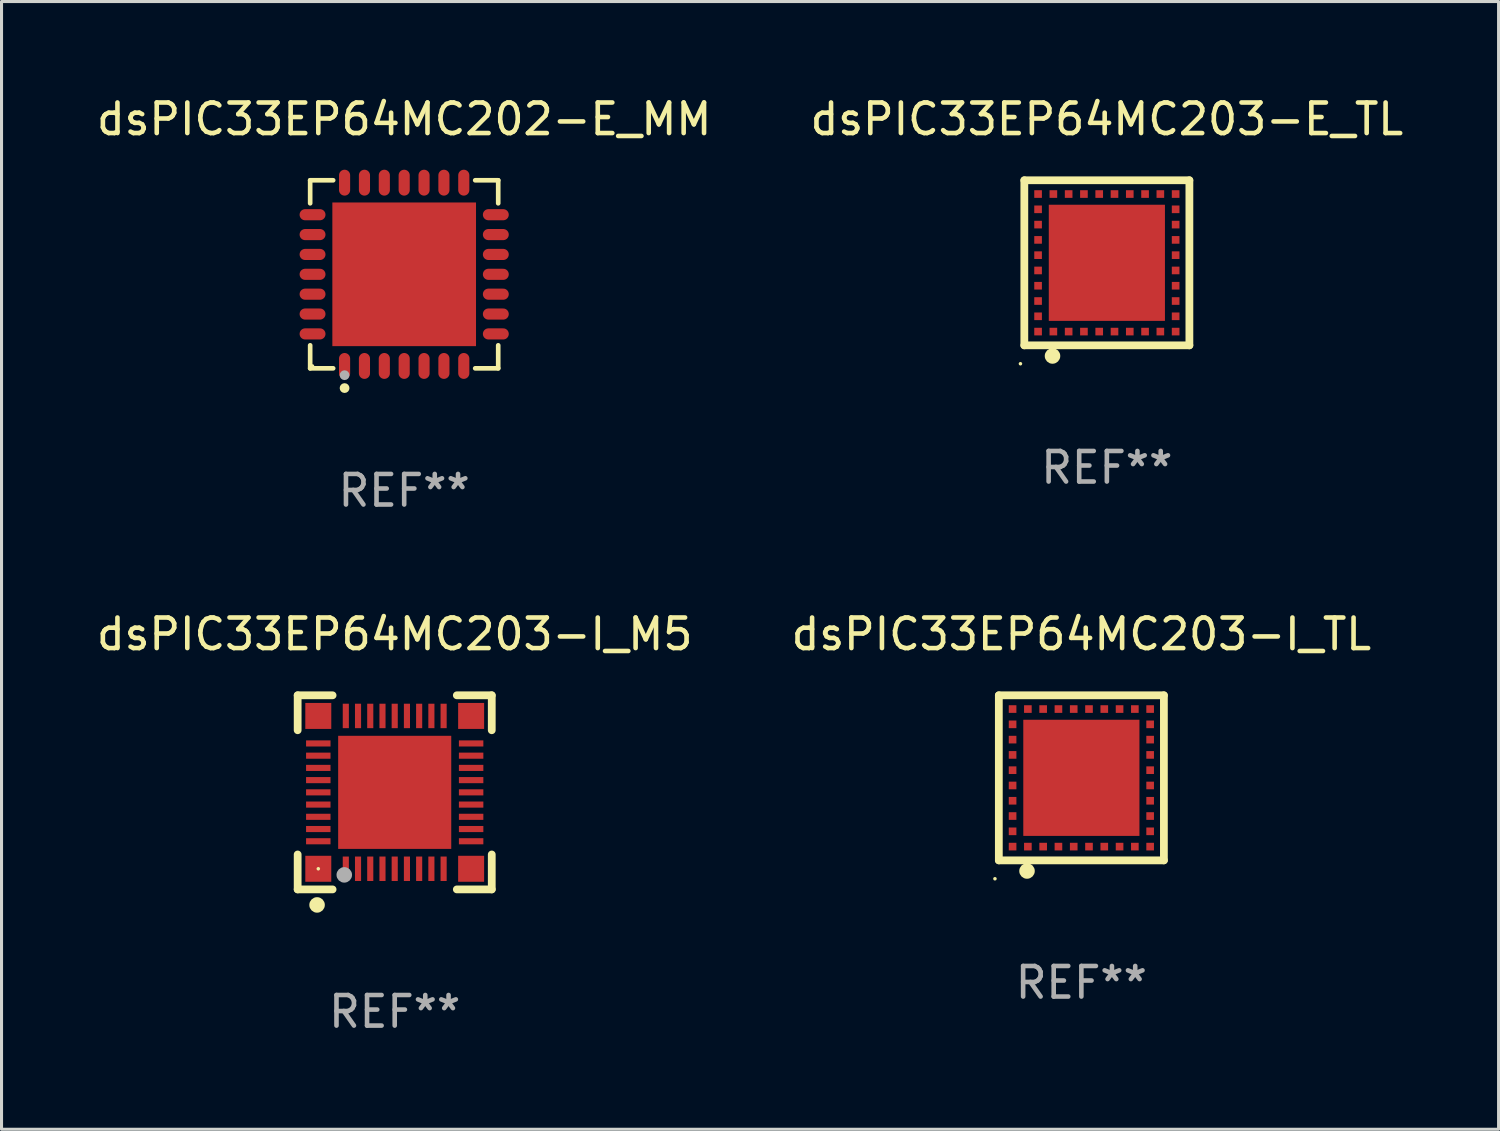
<source format=kicad_pcb>
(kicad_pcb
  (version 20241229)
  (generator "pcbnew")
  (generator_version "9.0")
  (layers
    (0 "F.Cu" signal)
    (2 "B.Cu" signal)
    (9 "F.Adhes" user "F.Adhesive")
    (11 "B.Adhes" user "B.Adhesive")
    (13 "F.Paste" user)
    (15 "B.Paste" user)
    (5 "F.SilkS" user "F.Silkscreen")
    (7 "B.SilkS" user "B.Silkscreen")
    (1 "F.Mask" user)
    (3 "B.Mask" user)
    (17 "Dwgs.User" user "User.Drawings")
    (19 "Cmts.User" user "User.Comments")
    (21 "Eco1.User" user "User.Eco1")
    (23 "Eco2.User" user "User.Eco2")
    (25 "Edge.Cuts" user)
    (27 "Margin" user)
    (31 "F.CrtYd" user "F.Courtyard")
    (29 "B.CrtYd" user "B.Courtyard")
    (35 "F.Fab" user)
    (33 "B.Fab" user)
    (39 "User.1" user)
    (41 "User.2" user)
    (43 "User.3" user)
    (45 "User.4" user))
  (footprint "dsPIC33EP64MC203-I_TL"
    (layer "F.Cu")
    (at 32.327 22.397)
    (property "Reference" "dsPIC33EP64MC203-I_TL" (at 0 -4.7 0) (layer "F.SilkS") (effects (font (size 1 1) (thickness 0.15))))
    (attr through_hole)
    (fp_line (start -2.7 -2.7) (end 2.7 -2.7) (stroke (width 0.254) (type solid)) (layer "F.SilkS"))
    (fp_line (start -2.7 2.7) (end -2.7 -2.7) (stroke (width 0.254) (type solid)) (layer "F.SilkS"))
    (fp_line (start 2.7 -2.7) (end 2.7 2.7) (stroke (width 0.254) (type solid)) (layer "F.SilkS"))
    (fp_line (start 2.7 2.7) (end -2.7 2.7) (stroke (width 0.254) (type solid)) (layer "F.SilkS"))
    (fp_circle (center -2.827 3.302) (end -2.797 3.302) (stroke (width 0.06) (type solid)) (fill no) (layer "F.SilkS"))
    (fp_circle (center -1.778 3.048) (end -1.651 3.048) (stroke (width 0.254) (type solid)) (fill no) (layer "F.SilkS"))
    (fp_text user "REF**" (at 0 6.7 0) (layer "F.Fab") (effects (font (size 1 1) (thickness 0.15))))
    (pad "1" smd rect (at -1.75 2.25) (size 0.25 0.25) (layers "F.Cu" "F.Mask" "F.Paste"))
    (pad "2" smd rect (at -1.25 2.25) (size 0.25 0.25) (layers "F.Cu" "F.Mask" "F.Paste"))
    (pad "3" smd rect (at -0.75 2.25) (size 0.25 0.25) (layers "F.Cu" "F.Mask" "F.Paste"))
    (pad "4" smd rect (at -0.25 2.25) (size 0.25 0.25) (layers "F.Cu" "F.Mask" "F.Paste"))
    (pad "5" smd rect (at 0.25 2.25) (size 0.25 0.25) (layers "F.Cu" "F.Mask" "F.Paste"))
    (pad "6" smd rect (at 0.75 2.25) (size 0.25 0.25) (layers "F.Cu" "F.Mask" "F.Paste"))
    (pad "7" smd rect (at 1.25 2.25) (size 0.25 0.25) (layers "F.Cu" "F.Mask" "F.Paste"))
    (pad "8" smd rect (at 1.75 2.25) (size 0.25 0.25) (layers "F.Cu" "F.Mask" "F.Paste"))
    (pad "9" smd rect (at 2.25 2.25) (size 0.25 0.25) (layers "F.Cu" "F.Mask" "F.Paste"))
    (pad "10" smd rect (at 2.25 1.75) (size 0.25 0.25) (layers "F.Cu" "F.Mask" "F.Paste"))
    (pad "11" smd rect (at 2.25 1.25) (size 0.25 0.25) (layers "F.Cu" "F.Mask" "F.Paste"))
    (pad "12" smd rect (at 2.25 0.75) (size 0.25 0.25) (layers "F.Cu" "F.Mask" "F.Paste"))
    (pad "13" smd rect (at 2.25 0.25) (size 0.25 0.25) (layers "F.Cu" "F.Mask" "F.Paste"))
    (pad "14" smd rect (at 2.25 -0.25) (size 0.25 0.25) (layers "F.Cu" "F.Mask" "F.Paste"))
    (pad "15" smd rect (at 2.25 -0.75) (size 0.25 0.25) (layers "F.Cu" "F.Mask" "F.Paste"))
    (pad "16" smd rect (at 2.25 -1.25) (size 0.25 0.25) (layers "F.Cu" "F.Mask" "F.Paste"))
    (pad "17" smd rect (at 2.25 -1.75) (size 0.25 0.25) (layers "F.Cu" "F.Mask" "F.Paste"))
    (pad "18" smd rect (at 2.25 -2.25) (size 0.25 0.25) (layers "F.Cu" "F.Mask" "F.Paste"))
    (pad "19" smd rect (at 1.75 -2.25) (size 0.25 0.25) (layers "F.Cu" "F.Mask" "F.Paste"))
    (pad "20" smd rect (at 1.25 -2.25) (size 0.25 0.25) (layers "F.Cu" "F.Mask" "F.Paste"))
    (pad "21" smd rect (at 0.75 -2.25) (size 0.25 0.25) (layers "F.Cu" "F.Mask" "F.Paste"))
    (pad "22" smd rect (at 0.25 -2.25) (size 0.25 0.25) (layers "F.Cu" "F.Mask" "F.Paste"))
    (pad "23" smd rect (at -0.25 -2.25) (size 0.25 0.25) (layers "F.Cu" "F.Mask" "F.Paste"))
    (pad "24" smd rect (at -0.75 -2.25) (size 0.25 0.25) (layers "F.Cu" "F.Mask" "F.Paste"))
    (pad "25" smd rect (at -1.25 -2.25) (size 0.25 0.25) (layers "F.Cu" "F.Mask" "F.Paste"))
    (pad "26" smd rect (at -1.75 -2.25) (size 0.25 0.25) (layers "F.Cu" "F.Mask" "F.Paste"))
    (pad "27" smd rect (at -2.25 -2.25) (size 0.25 0.25) (layers "F.Cu" "F.Mask" "F.Paste"))
    (pad "28" smd rect (at -2.25 -1.75) (size 0.25 0.25) (layers "F.Cu" "F.Mask" "F.Paste"))
    (pad "29" smd rect (at -2.25 -1.25) (size 0.25 0.25) (layers "F.Cu" "F.Mask" "F.Paste"))
    (pad "30" smd rect (at -2.25 -0.75) (size 0.25 0.25) (layers "F.Cu" "F.Mask" "F.Paste"))
    (pad "31" smd rect (at -2.25 -0.25) (size 0.25 0.25) (layers "F.Cu" "F.Mask" "F.Paste"))
    (pad "32" smd rect (at -2.25 0.25) (size 0.25 0.25) (layers "F.Cu" "F.Mask" "F.Paste"))
    (pad "33" smd rect (at -2.25 0.75) (size 0.25 0.25) (layers "F.Cu" "F.Mask" "F.Paste"))
    (pad "34" smd rect (at -2.25 1.25) (size 0.25 0.25) (layers "F.Cu" "F.Mask" "F.Paste"))
    (pad "35" smd rect (at -2.25 1.75) (size 0.25 0.25) (layers "F.Cu" "F.Mask" "F.Paste"))
    (pad "36" smd rect (at -2.25 2.25) (size 0.25 0.25) (layers "F.Cu" "F.Mask" "F.Paste"))
    (pad "37" smd rect (at 0.000127 -0.000076) (size 3.8 3.8) (layers "F.Cu" "F.Mask" "F.Paste")))
  (footprint "dsPIC33EP64MC203-I_M5"
    (layer "F.Cu")
    (at 9.863 22.872)
    (property "Reference" "dsPIC33EP64MC203-I_M5" (at 0 -5.175 0) (layer "F.SilkS") (effects (font (size 1 1) (thickness 0.15))))
    (attr through_hole)
    (fp_line (start -3.175 -3.175) (end -2.032 -3.175) (stroke (width 0.254) (type solid)) (layer "F.SilkS"))
    (fp_line (start -3.175 -2.032) (end -3.175 -3.175) (stroke (width 0.254) (type solid)) (layer "F.SilkS"))
    (fp_line (start -3.175 3.175) (end -3.175 2.032) (stroke (width 0.254) (type solid)) (layer "F.SilkS"))
    (fp_line (start -2.032 3.175) (end -3.175 3.175) (stroke (width 0.254) (type solid)) (layer "F.SilkS"))
    (fp_line (start 2.032 -3.175) (end 3.175 -3.175) (stroke (width 0.254) (type solid)) (layer "F.SilkS"))
    (fp_line (start 3.175 -3.175) (end 3.175 -2.032) (stroke (width 0.254) (type solid)) (layer "F.SilkS"))
    (fp_line (start 3.175 2.032) (end 3.175 3.175) (stroke (width 0.254) (type solid)) (layer "F.SilkS"))
    (fp_line (start 3.175 3.175) (end 2.032 3.175) (stroke (width 0.254) (type solid)) (layer "F.SilkS"))
    (fp_circle (center -2.54 3.683) (end -2.413 3.683) (stroke (width 0.254) (type solid)) (fill no) (layer "F.SilkS"))
    (fp_circle (center -2.5 2.5) (end -2.47 2.5) (stroke (width 0.06) (type solid)) (fill no) (layer "F.SilkS"))
    (fp_circle (center -1.65 2.7) (end -1.523 2.7) (stroke (width 0.254) (type solid)) (fill no) (layer "F.Fab"))
    (fp_text user "REF**" (at 0 7.175 0) (layer "F.Fab") (effects (font (size 1 1) (thickness 0.15))))
    (pad "1" smd rect (at -1.6 2.5) (size 0.2 0.8) (layers "F.Cu" "F.Mask" "F.Paste"))
    (pad "2" smd rect (at -1.2 2.5) (size 0.2 0.8) (layers "F.Cu" "F.Mask" "F.Paste"))
    (pad "3" smd rect (at -0.8 2.5) (size 0.2 0.8) (layers "F.Cu" "F.Mask" "F.Paste"))
    (pad "4" smd rect (at -0.4 2.5) (size 0.2 0.8) (layers "F.Cu" "F.Mask" "F.Paste"))
    (pad "5" smd rect (at -0.000051 2.5) (size 0.2 0.8) (layers "F.Cu" "F.Mask" "F.Paste"))
    (pad "6" smd rect (at 0.4 2.5) (size 0.2 0.8) (layers "F.Cu" "F.Mask" "F.Paste"))
    (pad "7" smd rect (at 0.8 2.5) (size 0.2 0.8) (layers "F.Cu" "F.Mask" "F.Paste"))
    (pad "8" smd rect (at 1.2 2.5) (size 0.2 0.8) (layers "F.Cu" "F.Mask" "F.Paste"))
    (pad "9" smd rect (at 1.6 2.5) (size 0.2 0.8) (layers "F.Cu" "F.Mask" "F.Paste"))
    (pad "10" smd rect (at 2.5 1.6 90) (size 0.2 0.8) (layers "F.Cu" "F.Mask" "F.Paste"))
    (pad "11" smd rect (at 2.5 1.2 90) (size 0.2 0.8) (layers "F.Cu" "F.Mask" "F.Paste"))
    (pad "12" smd rect (at 2.5 0.8 90) (size 0.2 0.8) (layers "F.Cu" "F.Mask" "F.Paste"))
    (pad "13" smd rect (at 2.5 0.4 90) (size 0.2 0.8) (layers "F.Cu" "F.Mask" "F.Paste"))
    (pad "14" smd rect (at 2.5 -0.000051 90) (size 0.2 0.8) (layers "F.Cu" "F.Mask" "F.Paste"))
    (pad "15" smd rect (at 2.5 -0.4 90) (size 0.2 0.8) (layers "F.Cu" "F.Mask" "F.Paste"))
    (pad "16" smd rect (at 2.5 -0.8 90) (size 0.2 0.8) (layers "F.Cu" "F.Mask" "F.Paste"))
    (pad "17" smd rect (at 2.5 -1.2 90) (size 0.2 0.8) (layers "F.Cu" "F.Mask" "F.Paste"))
    (pad "18" smd rect (at 2.5 -1.6 90) (size 0.2 0.8) (layers "F.Cu" "F.Mask" "F.Paste"))
    (pad "19" smd rect (at 1.6 -2.5 180) (size 0.2 0.8) (layers "F.Cu" "F.Mask" "F.Paste"))
    (pad "20" smd rect (at 1.2 -2.5 180) (size 0.2 0.8) (layers "F.Cu" "F.Mask" "F.Paste"))
    (pad "21" smd rect (at 0.8 -2.5 180) (size 0.2 0.8) (layers "F.Cu" "F.Mask" "F.Paste"))
    (pad "22" smd rect (at 0.4 -2.5 180) (size 0.2 0.8) (layers "F.Cu" "F.Mask" "F.Paste"))
    (pad "23" smd rect (at -0.000051 -2.5 180) (size 0.2 0.8) (layers "F.Cu" "F.Mask" "F.Paste"))
    (pad "24" smd rect (at -0.4 -2.5 180) (size 0.2 0.8) (layers "F.Cu" "F.Mask" "F.Paste"))
    (pad "25" smd rect (at -0.8 -2.5 180) (size 0.2 0.8) (layers "F.Cu" "F.Mask" "F.Paste"))
    (pad "26" smd rect (at -1.2 -2.5 180) (size 0.2 0.8) (layers "F.Cu" "F.Mask" "F.Paste"))
    (pad "27" smd rect (at -1.6 -2.5 180) (size 0.2 0.8) (layers "F.Cu" "F.Mask" "F.Paste"))
    (pad "28" smd rect (at -2.5 -1.6 270) (size 0.2 0.8) (layers "F.Cu" "F.Mask" "F.Paste"))
    (pad "29" smd rect (at -2.5 -1.2 270) (size 0.2 0.8) (layers "F.Cu" "F.Mask" "F.Paste"))
    (pad "30" smd rect (at -2.5 -0.8 270) (size 0.2 0.8) (layers "F.Cu" "F.Mask" "F.Paste"))
    (pad "31" smd rect (at -2.5 -0.4 270) (size 0.2 0.8) (layers "F.Cu" "F.Mask" "F.Paste"))
    (pad "32" smd rect (at -2.5 -0.000051 270) (size 0.2 0.8) (layers "F.Cu" "F.Mask" "F.Paste"))
    (pad "33" smd rect (at -2.5 0.4 270) (size 0.2 0.8) (layers "F.Cu" "F.Mask" "F.Paste"))
    (pad "34" smd rect (at -2.5 0.8 270) (size 0.2 0.8) (layers "F.Cu" "F.Mask" "F.Paste"))
    (pad "35" smd rect (at -2.5 1.2 270) (size 0.2 0.8) (layers "F.Cu" "F.Mask" "F.Paste"))
    (pad "36" smd rect (at -2.5 1.6 270) (size 0.2 0.8) (layers "F.Cu" "F.Mask" "F.Paste"))
    (pad "37" smd rect (at -2.5 -2.5) (size 0.85 0.85) (layers "F.Cu" "F.Mask" "F.Paste"))
    (pad "37" smd rect (at -2.5 2.5) (size 0.85 0.85) (layers "F.Cu" "F.Mask" "F.Paste"))
    (pad "37" smd rect (at -0.000051 -0.000051) (size 3.7 3.7) (layers "F.Cu" "F.Mask" "F.Paste"))
    (pad "37" smd rect (at 2.5 -2.5) (size 0.85 0.85) (layers "F.Cu" "F.Mask" "F.Paste"))
    (pad "37" smd rect (at 2.5 2.5) (size 0.85 0.85) (layers "F.Cu" "F.Mask" "F.Paste")))
  (footprint "dsPIC33EP64MC202-E_MM"
    (layer "F.Cu")
    (at 10.173 5.924)
    (property "Reference" "dsPIC33EP64MC202-E_MM" (at 0 -5.076 0) (layer "F.SilkS") (effects (font (size 1 1) (thickness 0.15))))
    (attr through_hole)
    (fp_line (start -3.076 -3.076) (end -2.323 -3.076) (stroke (width 0.152) (type solid)) (layer "F.SilkS"))
    (fp_line (start -3.076 -2.323) (end -3.076 -3.076) (stroke (width 0.152) (type solid)) (layer "F.SilkS"))
    (fp_line (start -3.076 2.323) (end -3.076 3.076) (stroke (width 0.152) (type solid)) (layer "F.SilkS"))
    (fp_line (start -3.076 3.076) (end -2.323 3.076) (stroke (width 0.152) (type solid)) (layer "F.SilkS"))
    (fp_line (start 3.076 -3.076) (end 2.323 -3.076) (stroke (width 0.152) (type solid)) (layer "F.SilkS"))
    (fp_line (start 3.076 -2.323) (end 3.076 -3.076) (stroke (width 0.152) (type solid)) (layer "F.SilkS"))
    (fp_line (start 3.076 2.323) (end 3.076 3.076) (stroke (width 0.152) (type solid)) (layer "F.SilkS"))
    (fp_line (start 3.076 3.076) (end 2.323 3.076) (stroke (width 0.152) (type solid)) (layer "F.SilkS"))
    (fp_circle (center -3 3) (end -2.97 3) (stroke (width 0.06) (type solid)) (fill no) (layer "F.SilkS"))
    (fp_circle (center -1.95 3.722) (end -1.87 3.722) (stroke (width 0.16) (type solid)) (fill no) (layer "F.SilkS"))
    (fp_circle (center -1.95 3.3) (end -1.87 3.3) (stroke (width 0.16) (type solid)) (fill no) (layer "F.Fab"))
    (fp_text user "REF**" (at 0 7.076 0) (layer "F.Fab") (effects (font (size 1 1) (thickness 0.15))))
    (pad "1" smd oval (at -1.95 2.998) (size 0.364 0.847) (layers "F.Cu" "F.Mask" "F.Paste"))
    (pad "2" smd oval (at -1.3 2.998) (size 0.364 0.847) (layers "F.Cu" "F.Mask" "F.Paste"))
    (pad "3" smd oval (at -0.65 2.998) (size 0.364 0.847) (layers "F.Cu" "F.Mask" "F.Paste"))
    (pad "4" smd oval (at 0 2.998) (size 0.364 0.847) (layers "F.Cu" "F.Mask" "F.Paste"))
    (pad "5" smd oval (at 0.65 2.998) (size 0.364 0.847) (layers "F.Cu" "F.Mask" "F.Paste"))
    (pad "6" smd oval (at 1.3 2.998) (size 0.364 0.847) (layers "F.Cu" "F.Mask" "F.Paste"))
    (pad "7" smd oval (at 1.95 2.998) (size 0.364 0.847) (layers "F.Cu" "F.Mask" "F.Paste"))
    (pad "8" smd oval (at 2.998 1.95) (size 0.847 0.364) (layers "F.Cu" "F.Mask" "F.Paste"))
    (pad "9" smd oval (at 2.998 1.3) (size 0.847 0.364) (layers "F.Cu" "F.Mask" "F.Paste"))
    (pad "10" smd oval (at 2.998 0.65) (size 0.847 0.364) (layers "F.Cu" "F.Mask" "F.Paste"))
    (pad "11" smd oval (at 2.998 0) (size 0.847 0.364) (layers "F.Cu" "F.Mask" "F.Paste"))
    (pad "12" smd oval (at 2.998 -0.65) (size 0.847 0.364) (layers "F.Cu" "F.Mask" "F.Paste"))
    (pad "13" smd oval (at 2.998 -1.3) (size 0.847 0.364) (layers "F.Cu" "F.Mask" "F.Paste"))
    (pad "14" smd oval (at 2.998 -1.95) (size 0.847 0.364) (layers "F.Cu" "F.Mask" "F.Paste"))
    (pad "15" smd oval (at 1.95 -2.998) (size 0.364 0.847) (layers "F.Cu" "F.Mask" "F.Paste"))
    (pad "16" smd oval (at 1.3 -2.998) (size 0.364 0.847) (layers "F.Cu" "F.Mask" "F.Paste"))
    (pad "17" smd oval (at 0.65 -2.998) (size 0.364 0.847) (layers "F.Cu" "F.Mask" "F.Paste"))
    (pad "18" smd oval (at 0 -2.998) (size 0.364 0.847) (layers "F.Cu" "F.Mask" "F.Paste"))
    (pad "19" smd oval (at -0.65 -2.998) (size 0.364 0.847) (layers "F.Cu" "F.Mask" "F.Paste"))
    (pad "20" smd oval (at -1.3 -2.998) (size 0.364 0.847) (layers "F.Cu" "F.Mask" "F.Paste"))
    (pad "21" smd oval (at -1.95 -2.998) (size 0.364 0.847) (layers "F.Cu" "F.Mask" "F.Paste"))
    (pad "22" smd oval (at -2.998 -1.95) (size 0.847 0.364) (layers "F.Cu" "F.Mask" "F.Paste"))
    (pad "23" smd oval (at -2.998 -1.3) (size 0.847 0.364) (layers "F.Cu" "F.Mask" "F.Paste"))
    (pad "24" smd oval (at -2.998 -0.65) (size 0.847 0.364) (layers "F.Cu" "F.Mask" "F.Paste"))
    (pad "25" smd oval (at -2.998 0) (size 0.847 0.364) (layers "F.Cu" "F.Mask" "F.Paste"))
    (pad "26" smd oval (at -2.998 0.65) (size 0.847 0.364) (layers "F.Cu" "F.Mask" "F.Paste"))
    (pad "27" smd oval (at -2.998 1.3) (size 0.847 0.364) (layers "F.Cu" "F.Mask" "F.Paste"))
    (pad "28" smd oval (at -2.998 1.95) (size 0.847 0.364) (layers "F.Cu" "F.Mask" "F.Paste"))
    (pad "29" smd rect (at 0 0) (size 4.7 4.7) (layers "F.Cu" "F.Mask" "F.Paste")))
  (footprint "dsPIC33EP64MC203-E_TL"
    (layer "F.Cu")
    (at 33.161 5.548)
    (property "Reference" "dsPIC33EP64MC203-E_TL" (at 0 -4.7 0) (layer "F.SilkS") (effects (font (size 1 1) (thickness 0.15))))
    (attr through_hole)
    (fp_line (start -2.7 -2.7) (end 2.7 -2.7) (stroke (width 0.254) (type solid)) (layer "F.SilkS"))
    (fp_line (start -2.7 2.7) (end -2.7 -2.7) (stroke (width 0.254) (type solid)) (layer "F.SilkS"))
    (fp_line (start 2.7 -2.7) (end 2.7 2.7) (stroke (width 0.254) (type solid)) (layer "F.SilkS"))
    (fp_line (start 2.7 2.7) (end -2.7 2.7) (stroke (width 0.254) (type solid)) (layer "F.SilkS"))
    (fp_circle (center -2.827 3.302) (end -2.797 3.302) (stroke (width 0.06) (type solid)) (fill no) (layer "F.SilkS"))
    (fp_circle (center -1.778 3.048) (end -1.651 3.048) (stroke (width 0.254) (type solid)) (fill no) (layer "F.SilkS"))
    (fp_text user "REF**" (at 0 6.7 0) (layer "F.Fab") (effects (font (size 1 1) (thickness 0.15))))
    (pad "1" smd rect (at -1.75 2.25) (size 0.25 0.25) (layers "F.Cu" "F.Mask" "F.Paste"))
    (pad "2" smd rect (at -1.25 2.25) (size 0.25 0.25) (layers "F.Cu" "F.Mask" "F.Paste"))
    (pad "3" smd rect (at -0.75 2.25) (size 0.25 0.25) (layers "F.Cu" "F.Mask" "F.Paste"))
    (pad "4" smd rect (at -0.25 2.25) (size 0.25 0.25) (layers "F.Cu" "F.Mask" "F.Paste"))
    (pad "5" smd rect (at 0.25 2.25) (size 0.25 0.25) (layers "F.Cu" "F.Mask" "F.Paste"))
    (pad "6" smd rect (at 0.75 2.25) (size 0.25 0.25) (layers "F.Cu" "F.Mask" "F.Paste"))
    (pad "7" smd rect (at 1.25 2.25) (size 0.25 0.25) (layers "F.Cu" "F.Mask" "F.Paste"))
    (pad "8" smd rect (at 1.75 2.25) (size 0.25 0.25) (layers "F.Cu" "F.Mask" "F.Paste"))
    (pad "9" smd rect (at 2.25 2.25) (size 0.25 0.25) (layers "F.Cu" "F.Mask" "F.Paste"))
    (pad "10" smd rect (at 2.25 1.75) (size 0.25 0.25) (layers "F.Cu" "F.Mask" "F.Paste"))
    (pad "11" smd rect (at 2.25 1.25) (size 0.25 0.25) (layers "F.Cu" "F.Mask" "F.Paste"))
    (pad "12" smd rect (at 2.25 0.75) (size 0.25 0.25) (layers "F.Cu" "F.Mask" "F.Paste"))
    (pad "13" smd rect (at 2.25 0.25) (size 0.25 0.25) (layers "F.Cu" "F.Mask" "F.Paste"))
    (pad "14" smd rect (at 2.25 -0.25) (size 0.25 0.25) (layers "F.Cu" "F.Mask" "F.Paste"))
    (pad "15" smd rect (at 2.25 -0.75) (size 0.25 0.25) (layers "F.Cu" "F.Mask" "F.Paste"))
    (pad "16" smd rect (at 2.25 -1.25) (size 0.25 0.25) (layers "F.Cu" "F.Mask" "F.Paste"))
    (pad "17" smd rect (at 2.25 -1.75) (size 0.25 0.25) (layers "F.Cu" "F.Mask" "F.Paste"))
    (pad "18" smd rect (at 2.25 -2.25) (size 0.25 0.25) (layers "F.Cu" "F.Mask" "F.Paste"))
    (pad "19" smd rect (at 1.75 -2.25) (size 0.25 0.25) (layers "F.Cu" "F.Mask" "F.Paste"))
    (pad "20" smd rect (at 1.25 -2.25) (size 0.25 0.25) (layers "F.Cu" "F.Mask" "F.Paste"))
    (pad "21" smd rect (at 0.75 -2.25) (size 0.25 0.25) (layers "F.Cu" "F.Mask" "F.Paste"))
    (pad "22" smd rect (at 0.25 -2.25) (size 0.25 0.25) (layers "F.Cu" "F.Mask" "F.Paste"))
    (pad "23" smd rect (at -0.25 -2.25) (size 0.25 0.25) (layers "F.Cu" "F.Mask" "F.Paste"))
    (pad "24" smd rect (at -0.75 -2.25) (size 0.25 0.25) (layers "F.Cu" "F.Mask" "F.Paste"))
    (pad "25" smd rect (at -1.25 -2.25) (size 0.25 0.25) (layers "F.Cu" "F.Mask" "F.Paste"))
    (pad "26" smd rect (at -1.75 -2.25) (size 0.25 0.25) (layers "F.Cu" "F.Mask" "F.Paste"))
    (pad "27" smd rect (at -2.25 -2.25) (size 0.25 0.25) (layers "F.Cu" "F.Mask" "F.Paste"))
    (pad "28" smd rect (at -2.25 -1.75) (size 0.25 0.25) (layers "F.Cu" "F.Mask" "F.Paste"))
    (pad "29" smd rect (at -2.25 -1.25) (size 0.25 0.25) (layers "F.Cu" "F.Mask" "F.Paste"))
    (pad "30" smd rect (at -2.25 -0.75) (size 0.25 0.25) (layers "F.Cu" "F.Mask" "F.Paste"))
    (pad "31" smd rect (at -2.25 -0.25) (size 0.25 0.25) (layers "F.Cu" "F.Mask" "F.Paste"))
    (pad "32" smd rect (at -2.25 0.25) (size 0.25 0.25) (layers "F.Cu" "F.Mask" "F.Paste"))
    (pad "33" smd rect (at -2.25 0.75) (size 0.25 0.25) (layers "F.Cu" "F.Mask" "F.Paste"))
    (pad "34" smd rect (at -2.25 1.25) (size 0.25 0.25) (layers "F.Cu" "F.Mask" "F.Paste"))
    (pad "35" smd rect (at -2.25 1.75) (size 0.25 0.25) (layers "F.Cu" "F.Mask" "F.Paste"))
    (pad "36" smd rect (at -2.25 2.25) (size 0.25 0.25) (layers "F.Cu" "F.Mask" "F.Paste"))
    (pad "37" smd rect (at 0.000127 -0.000076) (size 3.8 3.8) (layers "F.Cu" "F.Mask" "F.Paste")))
  (gr_rect
    (start -3 -3)
    (end 45.976 33.895)
    (stroke (width 0.1) (type default))
    (fill no)
    (layer "Edge.Cuts")))
</source>
